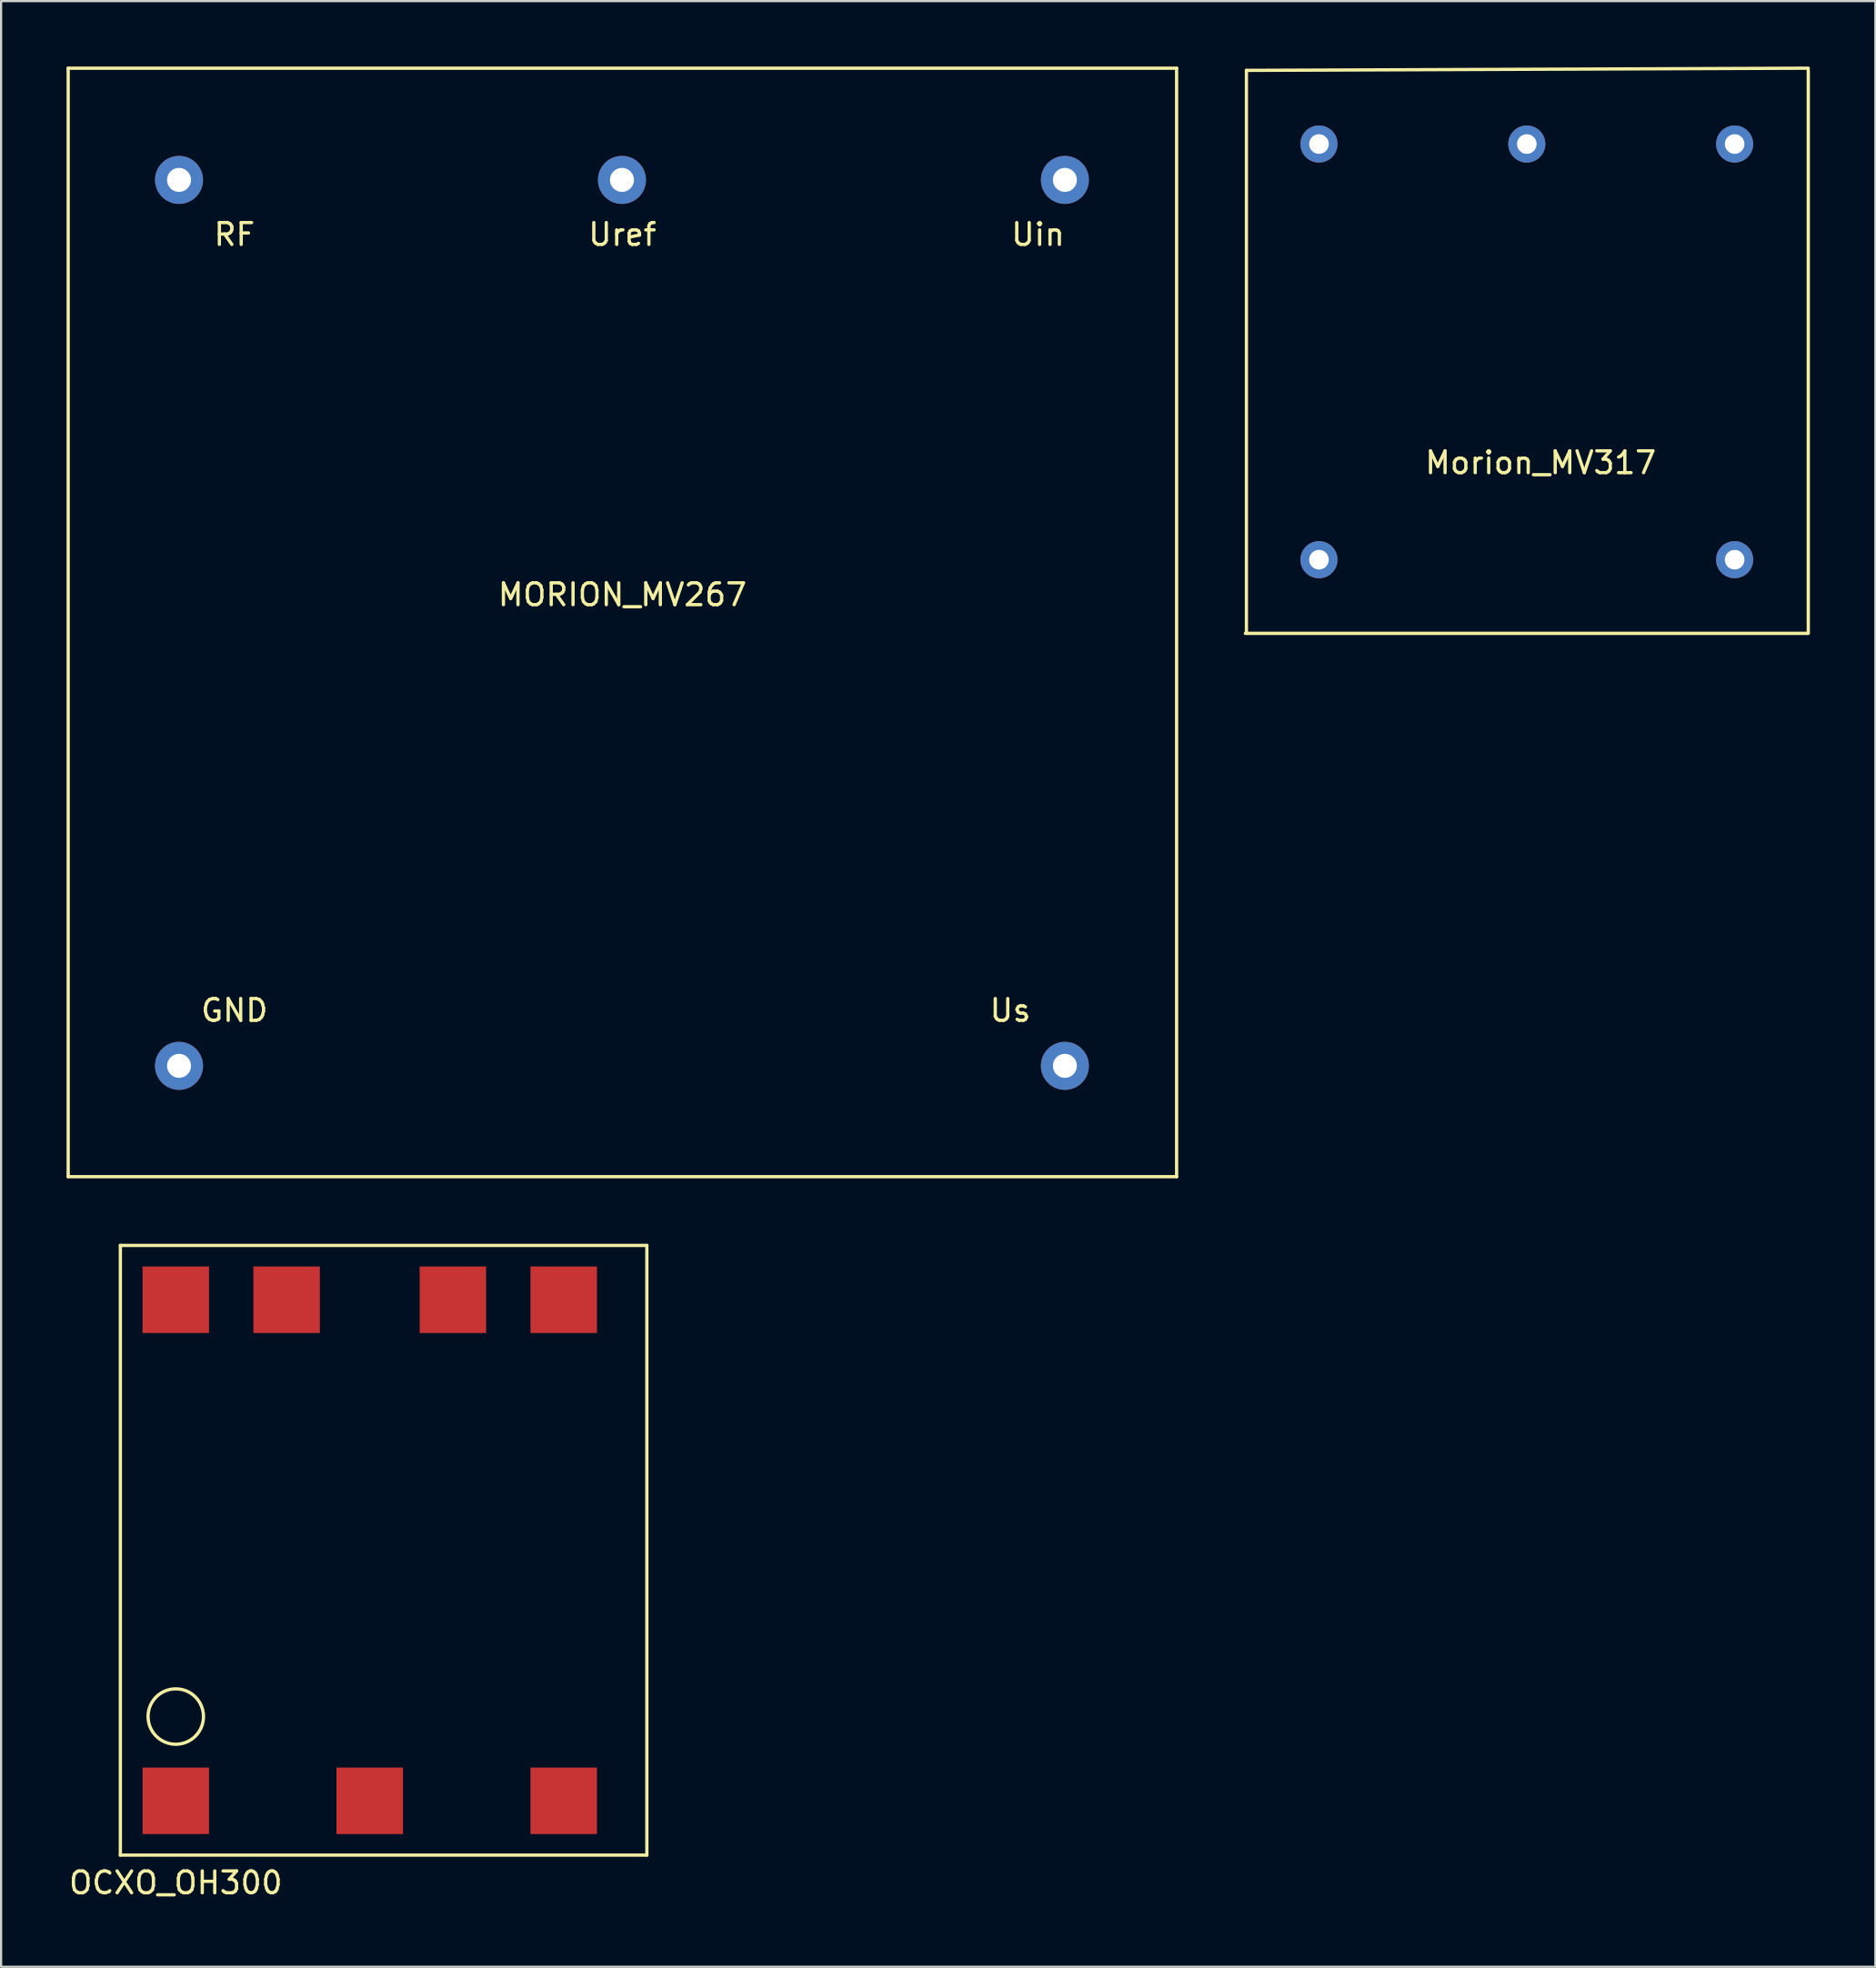
<source format=kicad_pcb>
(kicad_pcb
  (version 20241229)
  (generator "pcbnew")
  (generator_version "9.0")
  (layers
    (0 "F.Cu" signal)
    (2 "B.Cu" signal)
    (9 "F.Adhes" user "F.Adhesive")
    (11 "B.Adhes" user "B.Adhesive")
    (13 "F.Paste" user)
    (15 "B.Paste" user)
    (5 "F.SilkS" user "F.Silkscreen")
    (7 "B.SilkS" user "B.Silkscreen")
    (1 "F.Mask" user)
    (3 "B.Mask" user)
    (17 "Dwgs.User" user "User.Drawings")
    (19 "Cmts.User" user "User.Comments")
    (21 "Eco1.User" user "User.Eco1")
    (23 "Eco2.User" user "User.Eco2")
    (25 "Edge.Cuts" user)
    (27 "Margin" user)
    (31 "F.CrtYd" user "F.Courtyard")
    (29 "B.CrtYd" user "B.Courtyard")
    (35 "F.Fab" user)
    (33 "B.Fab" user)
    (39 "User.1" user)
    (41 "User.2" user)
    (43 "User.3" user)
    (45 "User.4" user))
  (footprint "Morion_MV317"
    (layer "F.Cu")
    (at 57.4 22.6)
    (property "Reference" "Morion_MV317" (at 10.16 -4.445 0) (layer "F.SilkS") (effects (font (size 1 1) (thickness 0.15))))
    (attr through_hole)
    (fp_line (start -3.375 3.375) (end 22.425 3.375) (stroke (width 0.15) (type solid)) (layer "F.SilkS"))
    (fp_line (start -3.325 -22.425) (end -3.325 3.325) (stroke (width 0.15) (type solid)) (layer "F.SilkS"))
    (fp_line (start 22.425 -22.525) (end -3.325 -22.425) (stroke (width 0.15) (type solid)) (layer "F.SilkS"))
    (fp_line (start 22.425 3.325) (end 22.425 -22.425) (stroke (width 0.15) (type solid)) (layer "F.SilkS"))
    (pad "1" thru_hole circle (at 0 0) (size 1.7 1.7) (drill 0.9) (layers "*.Cu" "*.Mask"))
    (pad "2" thru_hole circle (at 19.05 0) (size 1.7 1.7) (drill 0.9) (layers "*.Cu" "*.Mask"))
    (pad "3" thru_hole circle (at 19.05 -19.05) (size 1.7 1.7) (drill 0.9) (layers "*.Cu" "*.Mask"))
    (pad "4" thru_hole circle (at 9.525 -19.05) (size 1.7 1.7) (drill 0.9) (layers "*.Cu" "*.Mask"))
    (pad "5" thru_hole circle (at 0 -19.05) (size 1.7 1.7) (drill 0.9) (layers "*.Cu" "*.Mask")))
  (footprint "MORION_MV267"
    (layer "F.Cu")
    (at 5.155 45.795)
    (property "Reference" "MORION_MV267" (at 20.32 -21.59 0) (layer "F.SilkS") (effects (font (size 1 1) (thickness 0.15))))
    (attr through_hole)
    (fp_line (start -5.08 -45.72) (end -5.08 5.08) (stroke (width 0.15) (type solid)) (layer "F.SilkS"))
    (fp_line (start -5.08 5.08) (end 45.72 5.08) (stroke (width 0.15) (type solid)) (layer "F.SilkS"))
    (fp_line (start 45.72 -45.72) (end -5.08 -45.72) (stroke (width 0.15) (type solid)) (layer "F.SilkS"))
    (fp_line (start 45.72 5.08) (end 45.72 -45.72) (stroke (width 0.15) (type solid)) (layer "F.SilkS"))
    (fp_text user "Us" (at 38.1 -2.54 0) (layer "F.SilkS") (effects (font (size 1 1) (thickness 0.15))))
    (fp_text user "Uin" (at 39.37 -38.1 0) (layer "F.SilkS") (effects (font (size 1 1) (thickness 0.15))))
    (fp_text user "GND" (at 2.54 -2.54 0) (layer "F.SilkS") (effects (font (size 1 1) (thickness 0.15))))
    (fp_text user "RF" (at 2.54 -38.1 0) (layer "F.SilkS") (effects (font (size 1 1) (thickness 0.15))))
    (fp_text user "Uref" (at 20.32 -38.1 0) (layer "F.SilkS") (effects (font (size 1 1) (thickness 0.15))))
    (pad "1" thru_hole circle (at 20.3 -40.6) (size 2.2 2.2) (drill 1.1) (layers "*.Cu" "*.Mask"))
    (pad "2" thru_hole circle (at 40.6 0) (size 2.2 2.2) (drill 1.1) (layers "*.Cu" "*.Mask"))
    (pad "3" thru_hole circle (at 0 -40.6) (size 2.2 2.2) (drill 1.1) (layers "*.Cu" "*.Mask"))
    (pad "4" thru_hole circle (at 0 0) (size 2.2 2.2) (drill 1.1) (layers "*.Cu" "*.Mask"))
    (pad "5" thru_hole circle (at 40.6 -40.6) (size 2.2 2.2) (drill 1.1) (layers "*.Cu" "*.Mask")))
  (footprint "OCXO_OH300"
    (layer "F.Cu")
    (at 13.896 67.995)
    (property "Reference" "OCXO_OH300" (at -8.89 15.24 0) (layer "F.SilkS") (effects (font (size 1 1) (thickness 0.15))))
    (attr through_hole)
    (fp_line (start -11.43 -13.97) (end 12.7 -13.97) (stroke (width 0.15) (type solid)) (layer "F.SilkS"))
    (fp_line (start -11.43 13.97) (end -11.43 -13.97) (stroke (width 0.15) (type solid)) (layer "F.SilkS"))
    (fp_line (start 12.7 -13.97) (end 12.7 13.97) (stroke (width 0.15) (type solid)) (layer "F.SilkS"))
    (fp_line (start 12.7 13.97) (end -11.43 13.97) (stroke (width 0.15) (type solid)) (layer "F.SilkS"))
    (fp_circle (center -8.89 7.62) (end -7.62 7.62) (stroke (width 0.15) (type solid)) (fill no) (layer "F.SilkS"))
    (pad "1" smd rect (at -8.89 11.481) (size 3.048 3.048) (layers "F.Cu" "F.Mask" "F.Paste"))
    (pad "2" smd rect (at 0 11.481) (size 3.048 3.048) (layers "F.Cu" "F.Mask" "F.Paste"))
    (pad "3" smd rect (at 8.89 11.481) (size 3.048 3.048) (layers "F.Cu" "F.Mask" "F.Paste"))
    (pad "4" smd rect (at 8.89 -11.481) (size 3.048 3.048) (layers "F.Cu" "F.Mask" "F.Paste"))
    (pad "5" smd rect (at 3.81 -11.481) (size 3.048 3.048) (layers "F.Cu" "F.Mask" "F.Paste"))
    (pad "6" smd rect (at -3.81 -11.481) (size 3.048 3.048) (layers "F.Cu" "F.Mask" "F.Paste"))
    (pad "7" smd rect (at -8.89 -11.481) (size 3.048 3.048) (layers "F.Cu" "F.Mask" "F.Paste")))
  (gr_rect
    (start -3 -3)
    (end 82.9 87.083)
    (stroke (width 0.1) (type default))
    (fill no)
    (layer "Edge.Cuts")))
</source>
